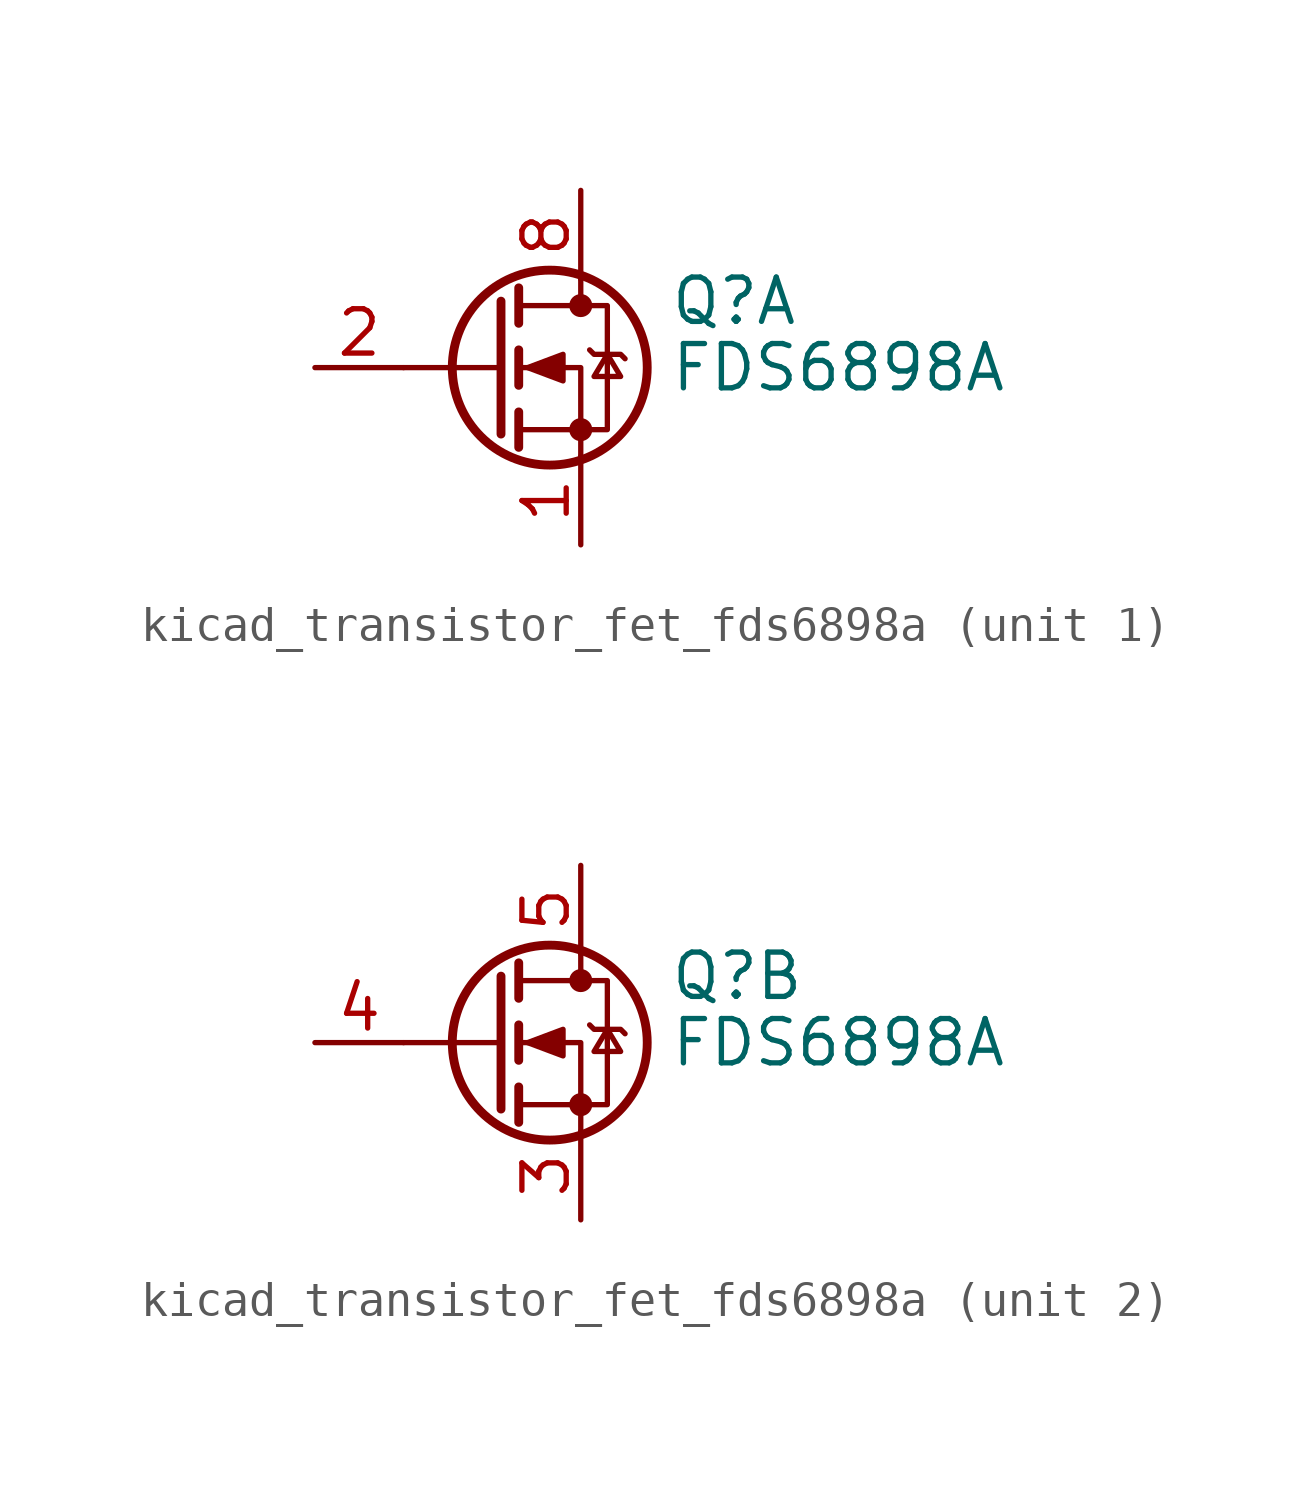
<source format=kicad_sym>
(kicad_symbol_lib
  (version 20220914)
  (generator kicad_symbol_editor)
  (symbol "kicad_transistor_fet_fds6898a"
    (pin_names hide)
    (property "Reference" "Q"
      (at 5.08 1.905 0)
      (effects (font (size 1.27 1.27)) (justify left)))
    (property "Value" "FDS6898A"
      (at 5.08 0 0)
      (effects (font (size 1.27 1.27)) (justify left)))
    (symbol "kicad_transistor_fet_fds6898a_0_1"
      (polyline (pts (xy 0.254 0) (xy -2.54 0)) (stroke (width 0) (type default)) (fill (type none)))
      (polyline (pts (xy 0.254 1.905) (xy 0.254 -1.905)) (stroke (width 0.254) (type default)) (fill (type none)))
      (polyline (pts (xy 0.762 -1.27) (xy 0.762 -2.286)) (stroke (width 0.254) (type default)) (fill (type none)))
      (polyline (pts (xy 0.762 0.508) (xy 0.762 -0.508)) (stroke (width 0.254) (type default)) (fill (type none)))
      (polyline (pts (xy 0.762 2.286) (xy 0.762 1.27)) (stroke (width 0.254) (type default)) (fill (type none)))
      (polyline (pts (xy 2.54 2.54) (xy 2.54 1.778)) (stroke (width 0) (type default)) (fill (type none)))
      (polyline (pts (xy 2.54 -2.54) (xy 2.54 0) (xy 0.762 0)) (stroke (width 0) (type default)) (fill (type none)))
      (polyline (pts (xy 0.762 -1.778) (xy 3.302 -1.778) (xy 3.302 1.778) (xy 0.762 1.778)) (stroke (width 0) (type default)) (fill (type none)))
      (polyline (pts (xy 1.016 0) (xy 2.032 0.381) (xy 2.032 -0.381) (xy 1.016 0)) (stroke (width 0) (type default)) (fill (type outline)))
      (polyline (pts (xy 2.794 0.508) (xy 2.921 0.381) (xy 3.683 0.381) (xy 3.81 0.254)) (stroke (width 0) (type default)) (fill (type none)))
      (polyline (pts (xy 3.302 0.381) (xy 2.921 -0.254) (xy 3.683 -0.254) (xy 3.302 0.381)) (stroke (width 0) (type default)) (fill (type none)))
      (circle (center 1.651 0) (radius 2.794) (stroke (width 0.254) (type default)) (fill (type none)))
      (circle (center 2.54 -1.778) (radius 0.254) (stroke (width 0) (type default)) (fill (type outline)))
      (circle (center 2.54 1.778) (radius 0.254) (stroke (width 0) (type default)) (fill (type outline))))
    (symbol "kicad_transistor_fet_fds6898a_1_1"
      (pin passive line (at 2.54 -5.08 90) (length 2.54) (name "S1" (effects (font (size 1.27 1.27)))) (number "1" (effects (font (size 1.27 1.27)))))
      (pin passive line (at -5.08 0 0) (length 2.54) (name "G1" (effects (font (size 1.27 1.27)))) (number "2" (effects (font (size 1.27 1.27)))))
      (pin passive line (at 2.54 5.08 270) (length 2.54) hide (name "D1" (effects (font (size 1.27 1.27)))) (number "7" (effects (font (size 1.27 1.27)))))
      (pin passive line (at 2.54 5.08 270) (length 2.54) (name "D1" (effects (font (size 1.27 1.27)))) (number "8" (effects (font (size 1.27 1.27))))))
    (symbol "kicad_transistor_fet_fds6898a_2_1"
      (pin passive line (at 2.54 -5.08 90) (length 2.54) (name "S2" (effects (font (size 1.27 1.27)))) (number "3" (effects (font (size 1.27 1.27)))))
      (pin passive line (at -5.08 0 0) (length 2.54) (name "G2" (effects (font (size 1.27 1.27)))) (number "4" (effects (font (size 1.27 1.27)))))
      (pin passive line (at 2.54 5.08 270) (length 2.54) (name "D2" (effects (font (size 1.27 1.27)))) (number "5" (effects (font (size 1.27 1.27)))))
      (pin passive line (at 2.54 5.08 270) (length 2.54) hide (name "D2" (effects (font (size 1.27 1.27)))) (number "6" (effects (font (size 1.27 1.27))))))))
</source>
